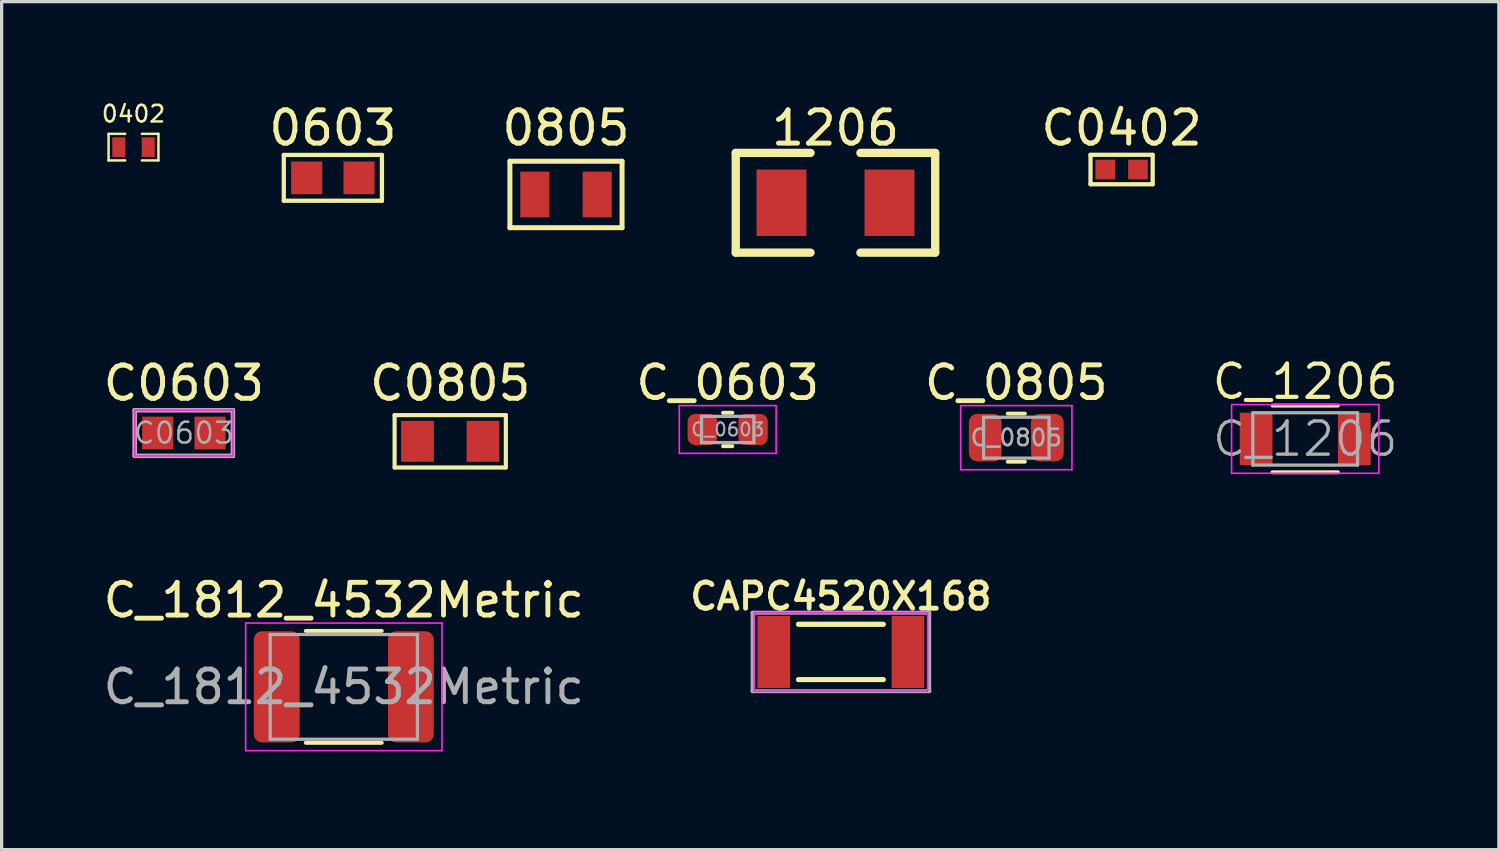
<source format=kicad_pcb>
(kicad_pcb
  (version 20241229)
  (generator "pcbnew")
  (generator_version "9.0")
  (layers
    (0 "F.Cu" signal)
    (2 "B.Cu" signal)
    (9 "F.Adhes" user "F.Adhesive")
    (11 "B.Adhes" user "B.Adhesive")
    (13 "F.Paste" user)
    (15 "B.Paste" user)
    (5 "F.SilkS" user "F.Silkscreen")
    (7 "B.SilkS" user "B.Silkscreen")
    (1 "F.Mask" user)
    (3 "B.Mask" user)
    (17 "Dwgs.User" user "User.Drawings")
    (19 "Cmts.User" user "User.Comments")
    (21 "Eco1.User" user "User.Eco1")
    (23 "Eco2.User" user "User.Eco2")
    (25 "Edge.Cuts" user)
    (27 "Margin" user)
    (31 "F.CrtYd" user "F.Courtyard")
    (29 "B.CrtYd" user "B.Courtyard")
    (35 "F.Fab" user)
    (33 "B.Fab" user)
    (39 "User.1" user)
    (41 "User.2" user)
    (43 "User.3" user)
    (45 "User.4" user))
  (footprint "C_0603"
    (layer "F.Cu")
    (at 19.192 10.077)
    (property "Reference" "C_0603" (at 0 -1.43 0) (layer "F.SilkS") (effects (font (size 1 1) (thickness 0.15))))
    (attr smd)
    (fp_line (start -0.141 -0.51) (end 0.141 -0.51) (stroke (width 0.12) (type solid)) (layer "F.SilkS"))
    (fp_line (start -0.141 0.51) (end 0.141 0.51) (stroke (width 0.12) (type solid)) (layer "F.SilkS"))
    (fp_line (start -1.48 -0.73) (end 1.48 -0.73) (stroke (width 0.05) (type solid)) (layer "F.CrtYd"))
    (fp_line (start -1.48 0.73) (end -1.48 -0.73) (stroke (width 0.05) (type solid)) (layer "F.CrtYd"))
    (fp_line (start 1.48 -0.73) (end 1.48 0.73) (stroke (width 0.05) (type solid)) (layer "F.CrtYd"))
    (fp_line (start 1.48 0.73) (end -1.48 0.73) (stroke (width 0.05) (type solid)) (layer "F.CrtYd"))
    (fp_line (start -0.8 -0.4) (end 0.8 -0.4) (stroke (width 0.1) (type solid)) (layer "F.Fab"))
    (fp_line (start -0.8 0.4) (end -0.8 -0.4) (stroke (width 0.1) (type solid)) (layer "F.Fab"))
    (fp_line (start 0.8 -0.4) (end 0.8 0.4) (stroke (width 0.1) (type solid)) (layer "F.Fab"))
    (fp_line (start 0.8 0.4) (end -0.8 0.4) (stroke (width 0.1) (type solid)) (layer "F.Fab"))
    (fp_text user "${REFERENCE}" (at 0 0 0) (layer "F.Fab") (effects (font (size 0.4 0.4) (thickness 0.06))))
    (pad "1" smd roundrect (at -0.775 0) (size 0.9 0.95) (layers "F.Cu" "F.Mask" "F.Paste") (roundrect_rratio 0.25))
    (pad "2" smd roundrect (at 0.775 0) (size 0.9 0.95) (layers "F.Cu" "F.Mask" "F.Paste") (roundrect_rratio 0.25)))
  (footprint "C_1206"
    (layer "F.Cu")
    (at 36.843 10.366)
    (property "Reference" "C_1206" (at 0 -1.75 0) (layer "F.SilkS") (effects (font (size 1.016 1.016) (thickness 0.127))))
    (attr smd)
    (fp_line (start -1 1.02) (end 1 1.02) (stroke (width 0.12) (type solid)) (layer "F.SilkS"))
    (fp_line (start 1 -1.02) (end -1 -1.02) (stroke (width 0.12) (type solid)) (layer "F.SilkS"))
    (fp_line (start -2.25 -1.05) (end -2.25 1.05) (stroke (width 0.05) (type solid)) (layer "F.CrtYd"))
    (fp_line (start -2.25 -1.05) (end 2.25 -1.05) (stroke (width 0.05) (type solid)) (layer "F.CrtYd"))
    (fp_line (start 2.25 1.05) (end -2.25 1.05) (stroke (width 0.05) (type solid)) (layer "F.CrtYd"))
    (fp_line (start 2.25 1.05) (end 2.25 -1.05) (stroke (width 0.05) (type solid)) (layer "F.CrtYd"))
    (fp_line (start -1.6 -0.8) (end 1.6 -0.8) (stroke (width 0.1) (type solid)) (layer "F.Fab"))
    (fp_line (start -1.6 0.8) (end -1.6 -0.8) (stroke (width 0.1) (type solid)) (layer "F.Fab"))
    (fp_line (start 1.6 -0.8) (end 1.6 0.8) (stroke (width 0.1) (type solid)) (layer "F.Fab"))
    (fp_line (start 1.6 0.8) (end -1.6 0.8) (stroke (width 0.1) (type solid)) (layer "F.Fab"))
    (fp_text user "${REFERENCE}" (at 0 0 0) (layer "F.Fab") (effects (font (size 1.016 1.016) (thickness 0.102))))
    (pad "1" smd rect (at -1.5 0) (size 1 1.6) (layers "F.Cu" "F.Mask" "F.Paste"))
    (pad "2" smd rect (at 1.5 0) (size 1 1.6) (layers "F.Cu" "F.Mask" "F.Paste")))
  (footprint "CAPC4520X168"
    (layer "F.Cu")
    (at 22.652 16.877)
    (property "Reference" "CAPC4520X168" (at 0 -1.7 0) (layer "F.SilkS") (effects (font (size 0.8 0.8) (thickness 0.15))))
    (attr smd)
    (fp_line (start -1.296 -0.846) (end 1.296 -0.846) (stroke (width 0.15) (type solid)) (layer "F.SilkS"))
    (fp_line (start -1.296 0.846) (end 1.296 0.846) (stroke (width 0.15) (type solid)) (layer "F.SilkS"))
    (fp_line (start 1.296 -0.846) (end -1.296 -0.846) (stroke (width 0.15) (type solid)) (layer "F.SilkS"))
    (fp_line (start 1.296 0.846) (end -1.296 0.846) (stroke (width 0.15) (type solid)) (layer "F.SilkS"))
    (fp_line (start -2.65 -1.2) (end 2.65 -1.2) (stroke (width 0.05) (type solid)) (layer "F.CrtYd"))
    (fp_line (start -2.65 1.2) (end -2.65 -1.2) (stroke (width 0.05) (type solid)) (layer "F.CrtYd"))
    (fp_line (start 2.65 -1.2) (end 2.65 1.2) (stroke (width 0.05) (type solid)) (layer "F.CrtYd"))
    (fp_line (start 2.65 1.2) (end -2.65 1.2) (stroke (width 0.05) (type solid)) (layer "F.CrtYd"))
    (fp_line (start -2.7 -1.2) (end 2.7 -1.2) (stroke (width 0.12) (type solid)) (layer "F.Fab"))
    (fp_line (start -2.7 1.2) (end -2.7 -1.2) (stroke (width 0.12) (type solid)) (layer "F.Fab"))
    (fp_line (start 2.7 -1.2) (end 2.7 1.2) (stroke (width 0.12) (type solid)) (layer "F.Fab"))
    (fp_line (start 2.7 1.2) (end -2.7 1.2) (stroke (width 0.12) (type solid)) (layer "F.Fab"))
    (pad "1" smd rect (at -2.05 0) (size 1 2.2) (layers "F.Cu" "F.Mask" "F.Paste"))
    (pad "2" smd rect (at 2.05 0) (size 1 2.2) (layers "F.Cu" "F.Mask" "F.Paste")))
  (footprint "C0402"
    (layer "F.Cu")
    (at 31.231 2.132)
    (property "Reference" "C0402" (at 0 -1.27 0) (layer "F.SilkS") (effects (font (size 1.016 1.016) (thickness 0.152))))
    (attr smd)
    (fp_line (start -0.95 -0.45) (end 0.95 -0.45) (stroke (width 0.13) (type solid)) (layer "F.SilkS"))
    (fp_line (start -0.95 0.45) (end -0.95 -0.45) (stroke (width 0.13) (type solid)) (layer "F.SilkS"))
    (fp_line (start 0.95 -0.45) (end 0.95 0.45) (stroke (width 0.13) (type solid)) (layer "F.SilkS"))
    (fp_line (start 0.95 0.45) (end -0.95 0.45) (stroke (width 0.13) (type solid)) (layer "F.SilkS"))
    (pad "1" smd rect (at -0.5 0) (size 0.6 0.6) (layers "F.Cu" "F.Mask" "F.Paste"))
    (pad "2" smd rect (at 0.5 0) (size 0.6 0.6) (layers "F.Cu" "F.Mask" "F.Paste")))
  (footprint "C0603"
    (layer "F.Cu")
    (at 2.57 10.185)
    (property "Reference" "C0603" (at 0 -1.524 0) (layer "F.SilkS") (effects (font (size 1.016 1.016) (thickness 0.152))))
    (attr smd)
    (fp_line (start -1.5 -0.7) (end -1.5 0.7) (stroke (width 0.13) (type solid)) (layer "F.SilkS"))
    (fp_line (start -1.5 0.7) (end 1.5 0.7) (stroke (width 0.13) (type solid)) (layer "F.SilkS"))
    (fp_line (start 1.5 -0.7) (end -1.5 -0.7) (stroke (width 0.13) (type solid)) (layer "F.SilkS"))
    (fp_line (start 1.5 0.7) (end 1.5 -0.7) (stroke (width 0.13) (type solid)) (layer "F.SilkS"))
    (fp_line (start -1.5 -0.7) (end -1.5 0.7) (stroke (width 0.051) (type solid)) (layer "F.CrtYd"))
    (fp_line (start -1.5 0.7) (end 1.5 0.7) (stroke (width 0.051) (type solid)) (layer "F.CrtYd"))
    (fp_line (start 1.5 -0.7) (end -1.5 -0.7) (stroke (width 0.051) (type solid)) (layer "F.CrtYd"))
    (fp_line (start 1.5 0.7) (end 1.5 -0.7) (stroke (width 0.051) (type solid)) (layer "F.CrtYd"))
    (fp_line (start -1.5 -0.7) (end -1.5 0.7) (stroke (width 0.13) (type solid)) (layer "F.Fab"))
    (fp_line (start -1.5 0.7) (end 1.5 0.7) (stroke (width 0.13) (type solid)) (layer "F.Fab"))
    (fp_line (start 1.5 -0.7) (end -1.5 -0.7) (stroke (width 0.13) (type solid)) (layer "F.Fab"))
    (fp_line (start 1.5 0.7) (end 1.5 -0.7) (stroke (width 0.13) (type solid)) (layer "F.Fab"))
    (fp_text user "${REFERENCE}" (at 0 0 0) (layer "F.Fab") (effects (font (size 0.635 0.635) (thickness 0.076))))
    (pad "1" smd rect (at -0.8 0) (size 0.95 1) (layers "F.Cu" "F.Mask" "F.Paste"))
    (pad "2" smd rect (at 0.8 0) (size 0.95 1) (layers "F.Cu" "F.Mask" "F.Paste")))
  (footprint "C_1812_4532Metric"
    (layer "F.Cu")
    (at 7.458 17.944)
    (property "Reference" "C_1812_4532Metric" (at 0 -2.65 0) (layer "F.SilkS") (effects (font (size 1 1) (thickness 0.15))))
    (attr smd)
    (fp_line (start -1.161 -1.71) (end 1.161 -1.71) (stroke (width 0.12) (type solid)) (layer "F.SilkS"))
    (fp_line (start -1.161 1.71) (end 1.161 1.71) (stroke (width 0.12) (type solid)) (layer "F.SilkS"))
    (fp_line (start -3 -1.95) (end 3 -1.95) (stroke (width 0.05) (type solid)) (layer "F.CrtYd"))
    (fp_line (start -3 1.95) (end -3 -1.95) (stroke (width 0.05) (type solid)) (layer "F.CrtYd"))
    (fp_line (start 3 -1.95) (end 3 1.95) (stroke (width 0.05) (type solid)) (layer "F.CrtYd"))
    (fp_line (start 3 1.95) (end -3 1.95) (stroke (width 0.05) (type solid)) (layer "F.CrtYd"))
    (fp_line (start -2.25 -1.6) (end 2.25 -1.6) (stroke (width 0.1) (type solid)) (layer "F.Fab"))
    (fp_line (start -2.25 1.6) (end -2.25 -1.6) (stroke (width 0.1) (type solid)) (layer "F.Fab"))
    (fp_line (start 2.25 -1.6) (end 2.25 1.6) (stroke (width 0.1) (type solid)) (layer "F.Fab"))
    (fp_line (start 2.25 1.6) (end -2.25 1.6) (stroke (width 0.1) (type solid)) (layer "F.Fab"))
    (fp_text user "${REFERENCE}" (at 0 0 0) (layer "F.Fab") (effects (font (size 1 1) (thickness 0.15))))
    (pad "1" smd roundrect (at -2.05 0) (size 1.4 3.4) (layers "F.Cu" "F.Mask" "F.Paste") (roundrect_rratio 0.179))
    (pad "2" smd roundrect (at 2.05 0) (size 1.4 3.4) (layers "F.Cu" "F.Mask" "F.Paste") (roundrect_rratio 0.179)))
  (footprint "0603"
    (layer "F.Cu")
    (at 7.124 2.386)
    (property "Reference" "0603" (at 0 -1.524 0) (layer "F.SilkS") (effects (font (size 1.016 1.016) (thickness 0.152))))
    (attr smd)
    (fp_line (start -1.5 -0.7) (end -1.5 0.7) (stroke (width 0.13) (type solid)) (layer "F.SilkS"))
    (fp_line (start -1.5 0.7) (end 1.5 0.7) (stroke (width 0.13) (type solid)) (layer "F.SilkS"))
    (fp_line (start 1.5 -0.7) (end -1.5 -0.7) (stroke (width 0.13) (type solid)) (layer "F.SilkS"))
    (fp_line (start 1.5 0.7) (end 1.5 -0.7) (stroke (width 0.13) (type solid)) (layer "F.SilkS"))
    (pad "1" smd rect (at -0.8 0) (size 0.95 1) (layers "F.Cu" "F.Mask" "F.Paste"))
    (pad "2" smd rect (at 0.8 0) (size 0.95 1) (layers "F.Cu" "F.Mask" "F.Paste")))
  (footprint "0402"
    (layer "F.Cu")
    (at 1.031 1.447)
    (property "Reference" "0402" (at 0 -1.016 0) (layer "F.SilkS") (effects (font (size 0.508 0.508) (thickness 0.076))))
    (attr smd)
    (fp_line (start -0.762 -0.406) (end -0.762 0.406) (stroke (width 0.076) (type solid)) (layer "F.SilkS"))
    (fp_line (start -0.762 0.406) (end -0.254 0.406) (stroke (width 0.076) (type solid)) (layer "F.SilkS"))
    (fp_line (start -0.254 -0.406) (end -0.762 -0.406) (stroke (width 0.076) (type solid)) (layer "F.SilkS"))
    (fp_line (start 0.254 -0.406) (end 0.762 -0.406) (stroke (width 0.076) (type solid)) (layer "F.SilkS"))
    (fp_line (start 0.762 -0.406) (end 0.762 0.406) (stroke (width 0.076) (type solid)) (layer "F.SilkS"))
    (fp_line (start 0.762 0.406) (end 0.254 0.406) (stroke (width 0.076) (type solid)) (layer "F.SilkS"))
    (pad "1" smd rect (at -0.45 0) (size 0.399 0.599) (layers "F.Cu" "F.Mask" "F.Paste"))
    (pad "2" smd rect (at 0.45 0) (size 0.399 0.599) (layers "F.Cu" "F.Mask" "F.Paste")))
  (footprint "C_0805"
    (layer "F.Cu")
    (at 28.013 10.327)
    (property "Reference" "C_0805" (at 0 -1.68 0) (layer "F.SilkS") (effects (font (size 1 1) (thickness 0.15))))
    (attr smd)
    (fp_line (start -0.261 -0.735) (end 0.261 -0.735) (stroke (width 0.12) (type solid)) (layer "F.SilkS"))
    (fp_line (start -0.261 0.735) (end 0.261 0.735) (stroke (width 0.12) (type solid)) (layer "F.SilkS"))
    (fp_line (start -1.7 -0.98) (end 1.7 -0.98) (stroke (width 0.05) (type solid)) (layer "F.CrtYd"))
    (fp_line (start -1.7 0.98) (end -1.7 -0.98) (stroke (width 0.05) (type solid)) (layer "F.CrtYd"))
    (fp_line (start 1.7 -0.98) (end 1.7 0.98) (stroke (width 0.05) (type solid)) (layer "F.CrtYd"))
    (fp_line (start 1.7 0.98) (end -1.7 0.98) (stroke (width 0.05) (type solid)) (layer "F.CrtYd"))
    (fp_line (start -1 -0.625) (end 1 -0.625) (stroke (width 0.1) (type solid)) (layer "F.Fab"))
    (fp_line (start -1 0.625) (end -1 -0.625) (stroke (width 0.1) (type solid)) (layer "F.Fab"))
    (fp_line (start 1 -0.625) (end 1 0.625) (stroke (width 0.1) (type solid)) (layer "F.Fab"))
    (fp_line (start 1 0.625) (end -1 0.625) (stroke (width 0.1) (type solid)) (layer "F.Fab"))
    (fp_text user "${REFERENCE}" (at 0 0 0) (layer "F.Fab") (effects (font (size 0.5 0.5) (thickness 0.08))))
    (pad "1" smd roundrect (at -0.95 0) (size 1 1.45) (layers "F.Cu" "F.Mask" "F.Paste") (roundrect_rratio 0.25))
    (pad "2" smd roundrect (at 0.95 0) (size 1 1.45) (layers "F.Cu" "F.Mask" "F.Paste") (roundrect_rratio 0.25)))
  (footprint "C0805"
    (layer "F.Cu")
    (at 10.711 10.439)
    (property "Reference" "C0805" (at 0 -1.778 0) (layer "F.SilkS") (effects (font (size 1.016 1.016) (thickness 0.152))))
    (attr smd)
    (fp_line (start -1.7 -0.8) (end 1.7 -0.8) (stroke (width 0.127) (type solid)) (layer "F.SilkS"))
    (fp_line (start -1.7 0.8) (end -1.7 -0.8) (stroke (width 0.127) (type solid)) (layer "F.SilkS"))
    (fp_line (start 1.7 -0.8) (end 1.7 0.8) (stroke (width 0.127) (type solid)) (layer "F.SilkS"))
    (fp_line (start 1.7 0.8) (end -1.7 0.8) (stroke (width 0.127) (type solid)) (layer "F.SilkS"))
    (pad "1" smd rect (at -1 0) (size 1 1.25) (layers "F.Cu" "F.Mask" "F.Paste"))
    (pad "2" smd rect (at 1 0) (size 1 1.25) (layers "F.Cu" "F.Mask" "F.Paste")))
  (footprint "1206"
    (layer "F.Cu")
    (at 22.486 3.148)
    (property "Reference" "1206" (at 0 -2.286 0) (layer "F.SilkS") (effects (font (size 1.016 1.016) (thickness 0.152))))
    (attr smd)
    (fp_line (start -3.048 -1.524) (end -0.762 -1.524) (stroke (width 0.254) (type solid)) (layer "F.SilkS"))
    (fp_line (start -3.048 1.524) (end -3.048 -1.524) (stroke (width 0.254) (type solid)) (layer "F.SilkS"))
    (fp_line (start -0.762 1.524) (end -3.048 1.524) (stroke (width 0.254) (type solid)) (layer "F.SilkS"))
    (fp_line (start 0.762 -1.524) (end 3.048 -1.524) (stroke (width 0.254) (type solid)) (layer "F.SilkS"))
    (fp_line (start 3.048 -1.524) (end 3.048 1.524) (stroke (width 0.254) (type solid)) (layer "F.SilkS"))
    (fp_line (start 3.048 1.524) (end 0.762 1.524) (stroke (width 0.254) (type solid)) (layer "F.SilkS"))
    (pad "1" smd rect (at -1.651 0) (size 1.524 2.032) (layers "F.Cu" "F.Mask" "F.Paste"))
    (pad "2" smd rect (at 1.651 0) (size 1.524 2.032) (layers "F.Cu" "F.Mask" "F.Paste")))
  (footprint "0805"
    (layer "F.Cu")
    (at 14.249 2.894)
    (property "Reference" "0805" (at 0 -2.032 0) (layer "F.SilkS") (effects (font (size 1.016 1.016) (thickness 0.152))))
    (attr smd)
    (fp_line (start -1.714 -1.016) (end 1.714 -1.016) (stroke (width 0.152) (type solid)) (layer "F.SilkS"))
    (fp_line (start -1.714 1.016) (end -1.714 -1.016) (stroke (width 0.152) (type solid)) (layer "F.SilkS"))
    (fp_line (start 1.714 -1.016) (end 1.714 1.016) (stroke (width 0.152) (type solid)) (layer "F.SilkS"))
    (fp_line (start 1.714 1.016) (end -1.714 1.016) (stroke (width 0.152) (type solid)) (layer "F.SilkS"))
    (pad "1" smd rect (at -0.953 0) (size 0.889 1.397) (layers "F.Cu" "F.Mask" "F.Paste"))
    (pad "2" smd rect (at 0.953 0) (size 0.889 1.397) (layers "F.Cu" "F.Mask" "F.Paste")))
  (gr_rect
    (start -3 -3)
    (end 42.762 22.919)
    (stroke (width 0.1) (type default))
    (fill no)
    (layer "Edge.Cuts")))
</source>
